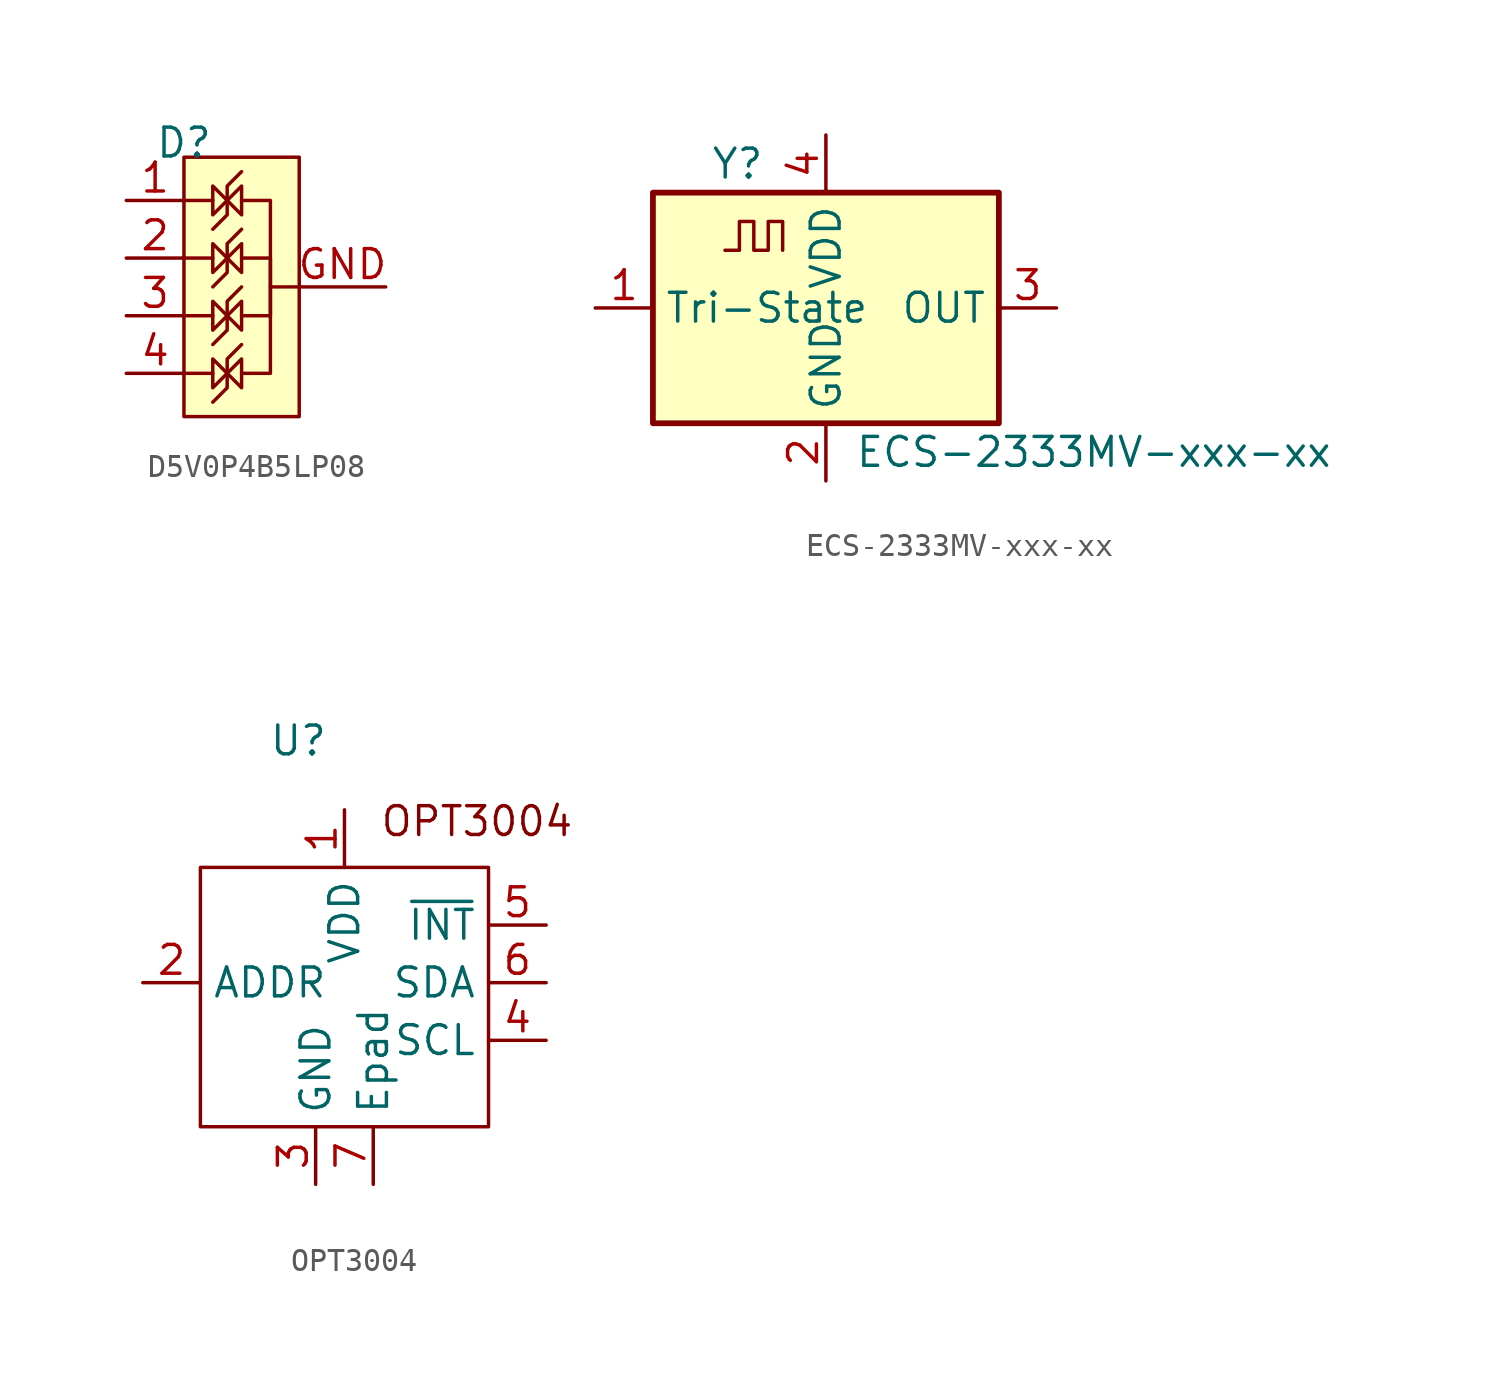
<source format=kicad_sym>
(kicad_symbol_lib
  (version 20241209)
  (generator "kicad_symbol_editor")
  (generator_version "9.0")
  (symbol "D5V0P4B5LP08"
    (property "Reference" "D"
      (at 0 0 0)
      (effects (font (size 1.27 1.27))))
    (property "Value" ""
      (at 0 0 0)
      (effects (font (size 1.27 1.27))))
    (symbol "D5V0P4B5LP08_1_1"
      (rectangle (start 0 -0.635) (end 5.08 -12.065) (stroke (width 0) (type solid)) (fill (type background)))
      (polyline (pts (xy 0 -2.54) (xy 1.27 -2.54)) (stroke (width 0) (type default)) (fill (type none)))
      (polyline (pts (xy 0 -5.08) (xy 1.27 -5.08)) (stroke (width 0) (type default)) (fill (type none)))
      (polyline (pts (xy 0 -7.62) (xy 1.27 -7.62)) (stroke (width 0) (type default)) (fill (type none)))
      (polyline (pts (xy 0 -10.16) (xy 1.27 -10.16)) (stroke (width 0) (type default)) (fill (type none)))
      (polyline (pts (xy 1.27 -3.175) (xy 1.27 -1.905) (xy 2.54 -3.175) (xy 2.54 -1.905) (xy 1.27 -3.175)) (stroke (width 0) (type default)) (fill (type none)))
      (polyline (pts (xy 1.27 -5.715) (xy 1.27 -4.445) (xy 2.54 -5.715) (xy 2.54 -4.445) (xy 1.27 -5.715)) (stroke (width 0) (type default)) (fill (type none)))
      (polyline (pts (xy 1.27 -8.255) (xy 1.27 -6.985) (xy 2.54 -8.255) (xy 2.54 -6.985) (xy 1.27 -8.255)) (stroke (width 0) (type default)) (fill (type none)))
      (polyline (pts (xy 1.27 -10.795) (xy 1.27 -9.525) (xy 2.54 -10.795) (xy 2.54 -9.525) (xy 1.27 -10.795)) (stroke (width 0) (type default)) (fill (type none)))
      (polyline (pts (xy 2.54 -1.27) (xy 1.905 -1.905) (xy 1.905 -3.175) (xy 1.27 -3.81)) (stroke (width 0) (type default)) (fill (type none)))
      (polyline (pts (xy 2.54 -3.81) (xy 1.905 -4.445) (xy 1.905 -5.715) (xy 1.27 -6.35)) (stroke (width 0) (type default)) (fill (type none)))
      (polyline (pts (xy 2.54 -5.08) (xy 3.81 -5.08) (xy 3.81 -7.62) (xy 2.54 -7.62)) (stroke (width 0) (type default)) (fill (type none)))
      (polyline (pts (xy 2.54 -6.35) (xy 1.905 -6.985) (xy 1.905 -8.255) (xy 1.27 -8.89)) (stroke (width 0) (type default)) (fill (type none)))
      (polyline (pts (xy 2.54 -8.89) (xy 1.905 -9.525) (xy 1.905 -10.795) (xy 1.27 -11.43)) (stroke (width 0) (type default)) (fill (type none)))
      (polyline (pts (xy 2.54 -10.16) (xy 3.81 -10.16) (xy 3.81 -2.54) (xy 2.54 -2.54)) (stroke (width 0) (type default)) (fill (type none)))
      (polyline (pts (xy 5.08 -6.35) (xy 3.81 -6.35)) (stroke (width 0) (type default)) (fill (type none)))
      (pin passive line (at -2.54 -2.54 0) (length 2.54) (name "" (effects (font (size 1.27 1.27)))) (number "1" (effects (font (size 1.27 1.27)))))
      (pin passive line (at -2.54 -5.08 0) (length 2.54) (name "" (effects (font (size 1.27 1.27)))) (number "2" (effects (font (size 1.27 1.27)))))
      (pin passive line (at -2.54 -7.62 0) (length 2.54) (name "" (effects (font (size 1.27 1.27)))) (number "3" (effects (font (size 1.27 1.27)))))
      (pin passive line (at -2.54 -10.16 0) (length 2.54) (name "" (effects (font (size 1.27 1.27)))) (number "4" (effects (font (size 1.27 1.27)))))
      (pin passive line (at 8.89 -6.35 180) (length 3.81) (name "" (effects (font (size 1.27 1.27)))) (number "GND" (effects (font (size 1.27 1.27)))))))
  (symbol "ECS-2333MV-xxx-xx"
    (property "Reference" "Y"
      (at -5.08 6.35 0)
      (effects (font (size 1.27 1.27)) (justify left)))
    (property "Value" "ECS-2333MV-xxx-xx"
      (at 1.27 -6.35 0)
      (effects (font (size 1.27 1.27)) (justify left)))
    (symbol "ECS-2333MV-xxx-xx_0_1"
      (rectangle (start -7.62 5.08) (end 7.62 -5.08) (stroke (width 0.254) (type default)) (fill (type background)))
      (polyline (pts (xy -4.445 2.54) (xy -3.81 2.54) (xy -3.81 3.81) (xy -3.175 3.81) (xy -3.175 2.54) (xy -2.54 2.54) (xy -2.54 3.81) (xy -1.905 3.81) (xy -1.905 2.54)) (stroke (width 0) (type default)) (fill (type none))))
    (symbol "ECS-2333MV-xxx-xx_1_1"
      (pin input line (at -10.16 0 0) (length 2.54) (name "Tri-State" (effects (font (size 1.27 1.27)))) (number "1" (effects (font (size 1.27 1.27)))))
      (pin power_in line (at 0 7.62 270) (length 2.54) (name "VDD" (effects (font (size 1.27 1.27)))) (number "4" (effects (font (size 1.27 1.27)))))
      (pin power_in line (at 0 -7.62 90) (length 2.54) (name "GND" (effects (font (size 1.27 1.27)))) (number "2" (effects (font (size 1.27 1.27)))))
      (pin output line (at 10.16 0 180) (length 2.54) (name "OUT" (effects (font (size 1.27 1.27)))) (number "3" (effects (font (size 1.27 1.27)))))))
  (symbol "OPT3004"
    (property "Reference" "U"
      (at -2.032 10.668 0)
      (effects (font (size 1.27 1.27))))
    (property "Value" ""
      (at 0 0 0)
      (effects (font (size 1.27 1.27))))
    (symbol "OPT3004_0_1"
      (rectangle (start -6.35 5.08) (end 6.35 -6.35) (stroke (width 0) (type default)) (fill (type none))))
    (symbol "OPT3004_1_1"
      (text "OPT3004" (at 5.842 7.112 0) (effects (font (size 1.27 1.27))))
      (pin input line (at -8.89 0 0) (length 2.54) (name "ADDR" (effects (font (size 1.27 1.27)))) (number "2" (effects (font (size 1.27 1.27)))))
      (pin input line (at -1.27 -8.89 90) (length 2.54) (name "GND" (effects (font (size 1.27 1.27)))) (number "3" (effects (font (size 1.27 1.27)))))
      (pin input line (at 0 7.62 270) (length 2.54) (name "VDD" (effects (font (size 1.27 1.27)))) (number "1" (effects (font (size 1.27 1.27)))))
      (pin input line (at 1.27 -8.89 90) (length 2.54) (name "Epad" (effects (font (size 1.27 1.27)))) (number "7" (effects (font (size 1.27 1.27)))))
      (pin open_emitter line (at 8.89 2.54 180) (length 2.54) (name "~{INT}" (effects (font (size 1.27 1.27)))) (number "5" (effects (font (size 1.27 1.27)))))
      (pin open_emitter line (at 8.89 0 180) (length 2.54) (name "SDA" (effects (font (size 1.27 1.27)))) (number "6" (effects (font (size 1.27 1.27)))))
      (pin open_emitter line (at 8.89 -2.54 180) (length 2.54) (name "SCL" (effects (font (size 1.27 1.27)))) (number "4" (effects (font (size 1.27 1.27))))))))
</source>
